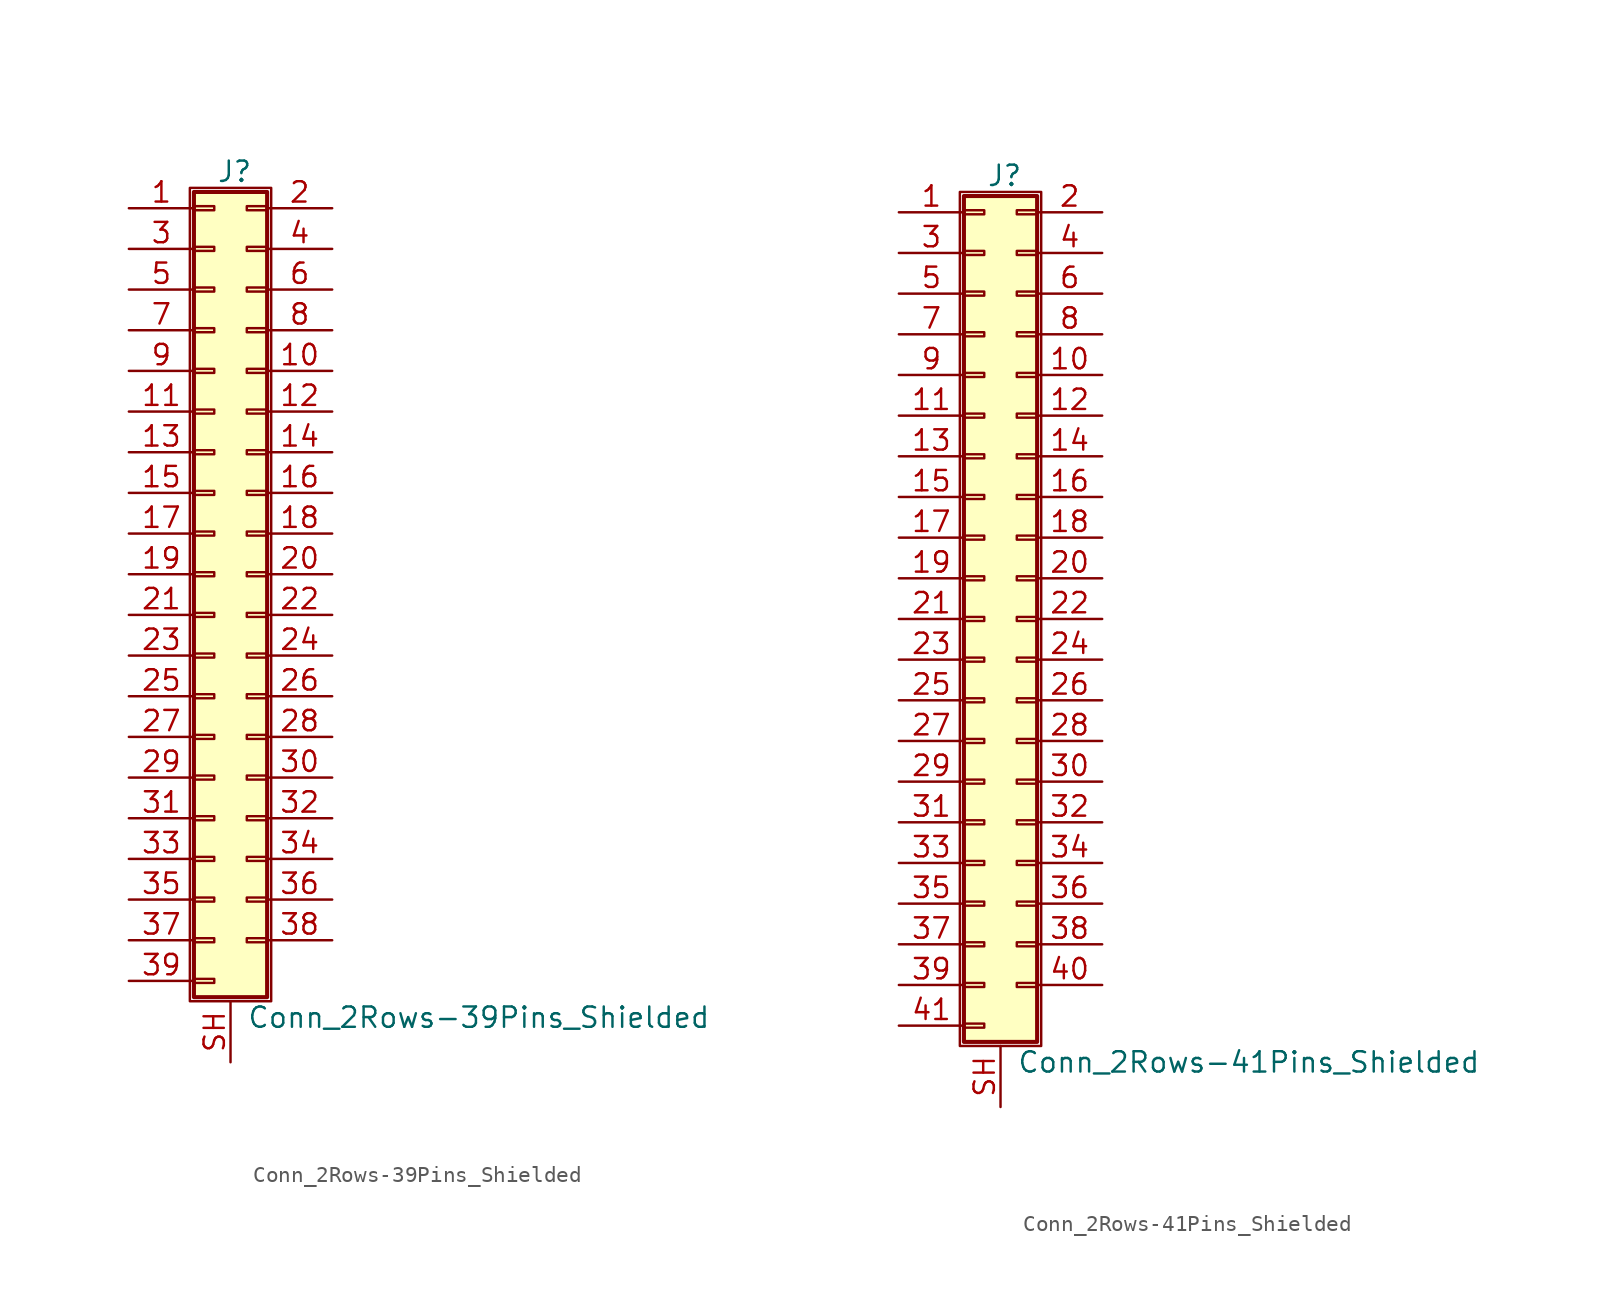
<source format=kicad_sym>
(kicad_symbol_lib
  (version 20201005)
  (generator kicad_symbol_editor)
  (symbol "Connector_Generic_Shielded:Conn_2Rows-39Pins_Shielded"
    (pin_names
      (offset 1.016) hide)
    (property "Reference" "J"
      (at 1.524 25.146 0)
      (effects (font (size 1.27 1.27))))
    (property "Value" "Conn_2Rows-39Pins_Shielded"
      (at 2.286 -27.686 0)
      (effects (font (size 1.27 1.27)) (justify left)))
    (symbol "Conn_2Rows-39Pins_Shielded_1_1"
      (rectangle (start -1.016 -4.953) (end 0.254 -5.207) (stroke (width 0.152)) (fill (type none)))
      (rectangle (start -1.016 -7.493) (end 0.254 -7.747) (stroke (width 0.152)) (fill (type none)))
      (rectangle (start -1.016 -10.033) (end 0.254 -10.287) (stroke (width 0.152)) (fill (type none)))
      (rectangle (start -1.016 -12.573) (end 0.254 -12.827) (stroke (width 0.152)) (fill (type none)))
      (rectangle (start -1.016 -15.113) (end 0.254 -15.367) (stroke (width 0.152)) (fill (type none)))
      (rectangle (start -1.016 -17.653) (end 0.254 -17.907) (stroke (width 0.152)) (fill (type none)))
      (rectangle (start -1.016 -20.193) (end 0.254 -20.447) (stroke (width 0.152)) (fill (type none)))
      (rectangle (start -1.016 -22.733) (end 0.254 -22.987) (stroke (width 0.152)) (fill (type none)))
      (rectangle (start -1.016 -2.413) (end 0.254 -2.667) (stroke (width 0.152)) (fill (type none)))
      (rectangle (start -1.016 -25.273) (end 0.254 -25.527) (stroke (width 0.152)) (fill (type none)))
      (rectangle (start -1.016 2.667) (end 0.254 2.413) (stroke (width 0.152)) (fill (type none)))
      (rectangle (start -1.016 5.207) (end 0.254 4.953) (stroke (width 0.152)) (fill (type none)))
      (rectangle (start -1.016 7.747) (end 0.254 7.493) (stroke (width 0.152)) (fill (type none)))
      (rectangle (start -1.016 10.287) (end 0.254 10.033) (stroke (width 0.152)) (fill (type none)))
      (rectangle (start -1.016 0.127) (end 0.254 -0.127) (stroke (width 0.152)) (fill (type none)))
      (rectangle (start -1.016 12.827) (end 0.254 12.573) (stroke (width 0.152)) (fill (type none)))
      (rectangle (start -1.016 15.367) (end 0.254 15.113) (stroke (width 0.152)) (fill (type none)))
      (rectangle (start -1.016 17.907) (end 0.254 17.653) (stroke (width 0.152)) (fill (type none)))
      (rectangle (start -1.016 20.447) (end 0.254 20.193) (stroke (width 0.152)) (fill (type none)))
      (rectangle (start -1.016 22.987) (end 0.254 22.733) (stroke (width 0.152)) (fill (type none)))
      (rectangle (start -1.016 23.876) (end 3.556 -26.416) (stroke (width 0.254)) (fill (type background)))
      (rectangle (start -1.27 24.13) (end 3.81 -26.67) (stroke (width 0.152)) (fill (type none)))
      (rectangle (start 3.556 -4.953) (end 2.286 -5.207) (stroke (width 0.152)) (fill (type none)))
      (rectangle (start 3.556 -7.493) (end 2.286 -7.747) (stroke (width 0.152)) (fill (type none)))
      (rectangle (start 3.556 -10.033) (end 2.286 -10.287) (stroke (width 0.152)) (fill (type none)))
      (rectangle (start 3.556 -12.573) (end 2.286 -12.827) (stroke (width 0.152)) (fill (type none)))
      (rectangle (start 3.556 -15.113) (end 2.286 -15.367) (stroke (width 0.152)) (fill (type none)))
      (rectangle (start 3.556 -17.653) (end 2.286 -17.907) (stroke (width 0.152)) (fill (type none)))
      (rectangle (start 3.556 -20.193) (end 2.286 -20.447) (stroke (width 0.152)) (fill (type none)))
      (rectangle (start 3.556 -22.733) (end 2.286 -22.987) (stroke (width 0.152)) (fill (type none)))
      (rectangle (start 3.556 -2.413) (end 2.286 -2.667) (stroke (width 0.152)) (fill (type none)))
      (rectangle (start 3.556 2.667) (end 2.286 2.413) (stroke (width 0.152)) (fill (type none)))
      (rectangle (start 3.556 5.207) (end 2.286 4.953) (stroke (width 0.152)) (fill (type none)))
      (rectangle (start 3.556 7.747) (end 2.286 7.493) (stroke (width 0.152)) (fill (type none)))
      (rectangle (start 3.556 10.287) (end 2.286 10.033) (stroke (width 0.152)) (fill (type none)))
      (rectangle (start 3.556 0.127) (end 2.286 -0.127) (stroke (width 0.152)) (fill (type none)))
      (rectangle (start 3.556 12.827) (end 2.286 12.573) (stroke (width 0.152)) (fill (type none)))
      (rectangle (start 3.556 15.367) (end 2.286 15.113) (stroke (width 0.152)) (fill (type none)))
      (rectangle (start 3.556 17.907) (end 2.286 17.653) (stroke (width 0.152)) (fill (type none)))
      (rectangle (start 3.556 20.447) (end 2.286 20.193) (stroke (width 0.152)) (fill (type none)))
      (rectangle (start 3.556 22.987) (end 2.286 22.733) (stroke (width 0.152)) (fill (type none)))
      (pin passive line (at -5.08 22.86 0) (length 4.064) (name "Pin_1" (effects (font (size 1.27 1.27)))) (number "1" (effects (font (size 1.27 1.27)))))
      (pin passive line (at 7.62 12.7 180) (length 4.064) (name "Pin_10" (effects (font (size 1.27 1.27)))) (number "10" (effects (font (size 1.27 1.27)))))
      (pin passive line (at -5.08 10.16 0) (length 4.064) (name "Pin_11" (effects (font (size 1.27 1.27)))) (number "11" (effects (font (size 1.27 1.27)))))
      (pin passive line (at 7.62 10.16 180) (length 4.064) (name "Pin_12" (effects (font (size 1.27 1.27)))) (number "12" (effects (font (size 1.27 1.27)))))
      (pin passive line (at -5.08 7.62 0) (length 4.064) (name "Pin_13" (effects (font (size 1.27 1.27)))) (number "13" (effects (font (size 1.27 1.27)))))
      (pin passive line (at 7.62 7.62 180) (length 4.064) (name "Pin_14" (effects (font (size 1.27 1.27)))) (number "14" (effects (font (size 1.27 1.27)))))
      (pin passive line (at -5.08 5.08 0) (length 4.064) (name "Pin_15" (effects (font (size 1.27 1.27)))) (number "15" (effects (font (size 1.27 1.27)))))
      (pin passive line (at 7.62 5.08 180) (length 4.064) (name "Pin_16" (effects (font (size 1.27 1.27)))) (number "16" (effects (font (size 1.27 1.27)))))
      (pin passive line (at -5.08 2.54 0) (length 4.064) (name "Pin_17" (effects (font (size 1.27 1.27)))) (number "17" (effects (font (size 1.27 1.27)))))
      (pin passive line (at 7.62 2.54 180) (length 4.064) (name "Pin_18" (effects (font (size 1.27 1.27)))) (number "18" (effects (font (size 1.27 1.27)))))
      (pin passive line (at -5.08 0 0) (length 4.064) (name "Pin_19" (effects (font (size 1.27 1.27)))) (number "19" (effects (font (size 1.27 1.27)))))
      (pin passive line (at 7.62 22.86 180) (length 4.064) (name "Pin_2" (effects (font (size 1.27 1.27)))) (number "2" (effects (font (size 1.27 1.27)))))
      (pin passive line (at 7.62 0 180) (length 4.064) (name "Pin_20" (effects (font (size 1.27 1.27)))) (number "20" (effects (font (size 1.27 1.27)))))
      (pin passive line (at -5.08 -2.54 0) (length 4.064) (name "Pin_21" (effects (font (size 1.27 1.27)))) (number "21" (effects (font (size 1.27 1.27)))))
      (pin passive line (at 7.62 -2.54 180) (length 4.064) (name "Pin_22" (effects (font (size 1.27 1.27)))) (number "22" (effects (font (size 1.27 1.27)))))
      (pin passive line (at -5.08 -5.08 0) (length 4.064) (name "Pin_23" (effects (font (size 1.27 1.27)))) (number "23" (effects (font (size 1.27 1.27)))))
      (pin passive line (at 7.62 -5.08 180) (length 4.064) (name "Pin_24" (effects (font (size 1.27 1.27)))) (number "24" (effects (font (size 1.27 1.27)))))
      (pin passive line (at -5.08 -7.62 0) (length 4.064) (name "Pin_25" (effects (font (size 1.27 1.27)))) (number "25" (effects (font (size 1.27 1.27)))))
      (pin passive line (at 7.62 -7.62 180) (length 4.064) (name "Pin_26" (effects (font (size 1.27 1.27)))) (number "26" (effects (font (size 1.27 1.27)))))
      (pin passive line (at -5.08 -10.16 0) (length 4.064) (name "Pin_27" (effects (font (size 1.27 1.27)))) (number "27" (effects (font (size 1.27 1.27)))))
      (pin passive line (at 7.62 -10.16 180) (length 4.064) (name "Pin_28" (effects (font (size 1.27 1.27)))) (number "28" (effects (font (size 1.27 1.27)))))
      (pin passive line (at -5.08 -12.7 0) (length 4.064) (name "Pin_29" (effects (font (size 1.27 1.27)))) (number "29" (effects (font (size 1.27 1.27)))))
      (pin passive line (at -5.08 20.32 0) (length 4.064) (name "Pin_3" (effects (font (size 1.27 1.27)))) (number "3" (effects (font (size 1.27 1.27)))))
      (pin passive line (at 7.62 -12.7 180) (length 4.064) (name "Pin_30" (effects (font (size 1.27 1.27)))) (number "30" (effects (font (size 1.27 1.27)))))
      (pin passive line (at -5.08 -15.24 0) (length 4.064) (name "Pin_31" (effects (font (size 1.27 1.27)))) (number "31" (effects (font (size 1.27 1.27)))))
      (pin passive line (at 7.62 -15.24 180) (length 4.064) (name "Pin_32" (effects (font (size 1.27 1.27)))) (number "32" (effects (font (size 1.27 1.27)))))
      (pin passive line (at -5.08 -17.78 0) (length 4.064) (name "Pin_33" (effects (font (size 1.27 1.27)))) (number "33" (effects (font (size 1.27 1.27)))))
      (pin passive line (at 7.62 -17.78 180) (length 4.064) (name "Pin_34" (effects (font (size 1.27 1.27)))) (number "34" (effects (font (size 1.27 1.27)))))
      (pin passive line (at -5.08 -20.32 0) (length 4.064) (name "Pin_35" (effects (font (size 1.27 1.27)))) (number "35" (effects (font (size 1.27 1.27)))))
      (pin passive line (at 7.62 -20.32 180) (length 4.064) (name "Pin_36" (effects (font (size 1.27 1.27)))) (number "36" (effects (font (size 1.27 1.27)))))
      (pin passive line (at -5.08 -22.86 0) (length 4.064) (name "Pin_37" (effects (font (size 1.27 1.27)))) (number "37" (effects (font (size 1.27 1.27)))))
      (pin passive line (at 7.62 -22.86 180) (length 4.064) (name "Pin_38" (effects (font (size 1.27 1.27)))) (number "38" (effects (font (size 1.27 1.27)))))
      (pin passive line (at -5.08 -25.4 0) (length 4.064) (name "Pin_39" (effects (font (size 1.27 1.27)))) (number "39" (effects (font (size 1.27 1.27)))))
      (pin passive line (at 7.62 20.32 180) (length 4.064) (name "Pin_4" (effects (font (size 1.27 1.27)))) (number "4" (effects (font (size 1.27 1.27)))))
      (pin passive line (at -5.08 17.78 0) (length 4.064) (name "Pin_5" (effects (font (size 1.27 1.27)))) (number "5" (effects (font (size 1.27 1.27)))))
      (pin passive line (at 7.62 17.78 180) (length 4.064) (name "Pin_6" (effects (font (size 1.27 1.27)))) (number "6" (effects (font (size 1.27 1.27)))))
      (pin passive line (at -5.08 15.24 0) (length 4.064) (name "Pin_7" (effects (font (size 1.27 1.27)))) (number "7" (effects (font (size 1.27 1.27)))))
      (pin passive line (at 7.62 15.24 180) (length 4.064) (name "Pin_8" (effects (font (size 1.27 1.27)))) (number "8" (effects (font (size 1.27 1.27)))))
      (pin passive line (at -5.08 12.7 0) (length 4.064) (name "Pin_9" (effects (font (size 1.27 1.27)))) (number "9" (effects (font (size 1.27 1.27)))))
      (pin passive line (at 1.27 -30.48 90) (length 3.81) (name "Shield" (effects (font (size 1.27 1.27)))) (number "SH" (effects (font (size 1.27 1.27)))))))
  (symbol "Connector_Generic_Shielded:Conn_2Rows-41Pins_Shielded"
    (pin_names
      (offset 1.016) hide)
    (property "Reference" "J"
      (at 1.524 27.686 0)
      (effects (font (size 1.27 1.27))))
    (property "Value" "Conn_2Rows-41Pins_Shielded"
      (at 2.286 -27.686 0)
      (effects (font (size 1.27 1.27)) (justify left)))
    (symbol "Conn_2Rows-41Pins_Shielded_1_1"
      (rectangle (start -1.016 -4.953) (end 0.254 -5.207) (stroke (width 0.152)) (fill (type none)))
      (rectangle (start -1.016 -7.493) (end 0.254 -7.747) (stroke (width 0.152)) (fill (type none)))
      (rectangle (start -1.016 -10.033) (end 0.254 -10.287) (stroke (width 0.152)) (fill (type none)))
      (rectangle (start -1.016 -12.573) (end 0.254 -12.827) (stroke (width 0.152)) (fill (type none)))
      (rectangle (start -1.016 -15.113) (end 0.254 -15.367) (stroke (width 0.152)) (fill (type none)))
      (rectangle (start -1.016 -17.653) (end 0.254 -17.907) (stroke (width 0.152)) (fill (type none)))
      (rectangle (start -1.016 -20.193) (end 0.254 -20.447) (stroke (width 0.152)) (fill (type none)))
      (rectangle (start -1.016 -22.733) (end 0.254 -22.987) (stroke (width 0.152)) (fill (type none)))
      (rectangle (start -1.016 -2.413) (end 0.254 -2.667) (stroke (width 0.152)) (fill (type none)))
      (rectangle (start -1.016 -25.273) (end 0.254 -25.527) (stroke (width 0.152)) (fill (type none)))
      (rectangle (start -1.016 25.527) (end 0.254 25.273) (stroke (width 0.152)) (fill (type none)))
      (rectangle (start -1.016 26.416) (end 3.556 -26.416) (stroke (width 0.254)) (fill (type background)))
      (rectangle (start -1.016 2.667) (end 0.254 2.413) (stroke (width 0.152)) (fill (type none)))
      (rectangle (start -1.016 5.207) (end 0.254 4.953) (stroke (width 0.152)) (fill (type none)))
      (rectangle (start -1.016 7.747) (end 0.254 7.493) (stroke (width 0.152)) (fill (type none)))
      (rectangle (start -1.016 10.287) (end 0.254 10.033) (stroke (width 0.152)) (fill (type none)))
      (rectangle (start -1.016 0.127) (end 0.254 -0.127) (stroke (width 0.152)) (fill (type none)))
      (rectangle (start -1.016 12.827) (end 0.254 12.573) (stroke (width 0.152)) (fill (type none)))
      (rectangle (start -1.016 15.367) (end 0.254 15.113) (stroke (width 0.152)) (fill (type none)))
      (rectangle (start -1.016 17.907) (end 0.254 17.653) (stroke (width 0.152)) (fill (type none)))
      (rectangle (start -1.016 20.447) (end 0.254 20.193) (stroke (width 0.152)) (fill (type none)))
      (rectangle (start -1.016 22.987) (end 0.254 22.733) (stroke (width 0.152)) (fill (type none)))
      (rectangle (start -1.27 26.67) (end 3.81 -26.67) (stroke (width 0.152)) (fill (type none)))
      (rectangle (start 3.556 -4.953) (end 2.286 -5.207) (stroke (width 0.152)) (fill (type none)))
      (rectangle (start 3.556 -7.493) (end 2.286 -7.747) (stroke (width 0.152)) (fill (type none)))
      (rectangle (start 3.556 -10.033) (end 2.286 -10.287) (stroke (width 0.152)) (fill (type none)))
      (rectangle (start 3.556 -12.573) (end 2.286 -12.827) (stroke (width 0.152)) (fill (type none)))
      (rectangle (start 3.556 -15.113) (end 2.286 -15.367) (stroke (width 0.152)) (fill (type none)))
      (rectangle (start 3.556 -17.653) (end 2.286 -17.907) (stroke (width 0.152)) (fill (type none)))
      (rectangle (start 3.556 -20.193) (end 2.286 -20.447) (stroke (width 0.152)) (fill (type none)))
      (rectangle (start 3.556 -22.733) (end 2.286 -22.987) (stroke (width 0.152)) (fill (type none)))
      (rectangle (start 3.556 -2.413) (end 2.286 -2.667) (stroke (width 0.152)) (fill (type none)))
      (rectangle (start 3.556 25.527) (end 2.286 25.273) (stroke (width 0.152)) (fill (type none)))
      (rectangle (start 3.556 2.667) (end 2.286 2.413) (stroke (width 0.152)) (fill (type none)))
      (rectangle (start 3.556 5.207) (end 2.286 4.953) (stroke (width 0.152)) (fill (type none)))
      (rectangle (start 3.556 7.747) (end 2.286 7.493) (stroke (width 0.152)) (fill (type none)))
      (rectangle (start 3.556 10.287) (end 2.286 10.033) (stroke (width 0.152)) (fill (type none)))
      (rectangle (start 3.556 0.127) (end 2.286 -0.127) (stroke (width 0.152)) (fill (type none)))
      (rectangle (start 3.556 12.827) (end 2.286 12.573) (stroke (width 0.152)) (fill (type none)))
      (rectangle (start 3.556 15.367) (end 2.286 15.113) (stroke (width 0.152)) (fill (type none)))
      (rectangle (start 3.556 17.907) (end 2.286 17.653) (stroke (width 0.152)) (fill (type none)))
      (rectangle (start 3.556 20.447) (end 2.286 20.193) (stroke (width 0.152)) (fill (type none)))
      (rectangle (start 3.556 22.987) (end 2.286 22.733) (stroke (width 0.152)) (fill (type none)))
      (pin passive line (at -5.08 25.4 0) (length 4.064) (name "Pin_1" (effects (font (size 1.27 1.27)))) (number "1" (effects (font (size 1.27 1.27)))))
      (pin passive line (at 7.62 15.24 180) (length 4.064) (name "Pin_10" (effects (font (size 1.27 1.27)))) (number "10" (effects (font (size 1.27 1.27)))))
      (pin passive line (at -5.08 12.7 0) (length 4.064) (name "Pin_11" (effects (font (size 1.27 1.27)))) (number "11" (effects (font (size 1.27 1.27)))))
      (pin passive line (at 7.62 12.7 180) (length 4.064) (name "Pin_12" (effects (font (size 1.27 1.27)))) (number "12" (effects (font (size 1.27 1.27)))))
      (pin passive line (at -5.08 10.16 0) (length 4.064) (name "Pin_13" (effects (font (size 1.27 1.27)))) (number "13" (effects (font (size 1.27 1.27)))))
      (pin passive line (at 7.62 10.16 180) (length 4.064) (name "Pin_14" (effects (font (size 1.27 1.27)))) (number "14" (effects (font (size 1.27 1.27)))))
      (pin passive line (at -5.08 7.62 0) (length 4.064) (name "Pin_15" (effects (font (size 1.27 1.27)))) (number "15" (effects (font (size 1.27 1.27)))))
      (pin passive line (at 7.62 7.62 180) (length 4.064) (name "Pin_16" (effects (font (size 1.27 1.27)))) (number "16" (effects (font (size 1.27 1.27)))))
      (pin passive line (at -5.08 5.08 0) (length 4.064) (name "Pin_17" (effects (font (size 1.27 1.27)))) (number "17" (effects (font (size 1.27 1.27)))))
      (pin passive line (at 7.62 5.08 180) (length 4.064) (name "Pin_18" (effects (font (size 1.27 1.27)))) (number "18" (effects (font (size 1.27 1.27)))))
      (pin passive line (at -5.08 2.54 0) (length 4.064) (name "Pin_19" (effects (font (size 1.27 1.27)))) (number "19" (effects (font (size 1.27 1.27)))))
      (pin passive line (at 7.62 25.4 180) (length 4.064) (name "Pin_2" (effects (font (size 1.27 1.27)))) (number "2" (effects (font (size 1.27 1.27)))))
      (pin passive line (at 7.62 2.54 180) (length 4.064) (name "Pin_20" (effects (font (size 1.27 1.27)))) (number "20" (effects (font (size 1.27 1.27)))))
      (pin passive line (at -5.08 0 0) (length 4.064) (name "Pin_21" (effects (font (size 1.27 1.27)))) (number "21" (effects (font (size 1.27 1.27)))))
      (pin passive line (at 7.62 0 180) (length 4.064) (name "Pin_22" (effects (font (size 1.27 1.27)))) (number "22" (effects (font (size 1.27 1.27)))))
      (pin passive line (at -5.08 -2.54 0) (length 4.064) (name "Pin_23" (effects (font (size 1.27 1.27)))) (number "23" (effects (font (size 1.27 1.27)))))
      (pin passive line (at 7.62 -2.54 180) (length 4.064) (name "Pin_24" (effects (font (size 1.27 1.27)))) (number "24" (effects (font (size 1.27 1.27)))))
      (pin passive line (at -5.08 -5.08 0) (length 4.064) (name "Pin_25" (effects (font (size 1.27 1.27)))) (number "25" (effects (font (size 1.27 1.27)))))
      (pin passive line (at 7.62 -5.08 180) (length 4.064) (name "Pin_26" (effects (font (size 1.27 1.27)))) (number "26" (effects (font (size 1.27 1.27)))))
      (pin passive line (at -5.08 -7.62 0) (length 4.064) (name "Pin_27" (effects (font (size 1.27 1.27)))) (number "27" (effects (font (size 1.27 1.27)))))
      (pin passive line (at 7.62 -7.62 180) (length 4.064) (name "Pin_28" (effects (font (size 1.27 1.27)))) (number "28" (effects (font (size 1.27 1.27)))))
      (pin passive line (at -5.08 -10.16 0) (length 4.064) (name "Pin_29" (effects (font (size 1.27 1.27)))) (number "29" (effects (font (size 1.27 1.27)))))
      (pin passive line (at -5.08 22.86 0) (length 4.064) (name "Pin_3" (effects (font (size 1.27 1.27)))) (number "3" (effects (font (size 1.27 1.27)))))
      (pin passive line (at 7.62 -10.16 180) (length 4.064) (name "Pin_30" (effects (font (size 1.27 1.27)))) (number "30" (effects (font (size 1.27 1.27)))))
      (pin passive line (at -5.08 -12.7 0) (length 4.064) (name "Pin_31" (effects (font (size 1.27 1.27)))) (number "31" (effects (font (size 1.27 1.27)))))
      (pin passive line (at 7.62 -12.7 180) (length 4.064) (name "Pin_32" (effects (font (size 1.27 1.27)))) (number "32" (effects (font (size 1.27 1.27)))))
      (pin passive line (at -5.08 -15.24 0) (length 4.064) (name "Pin_33" (effects (font (size 1.27 1.27)))) (number "33" (effects (font (size 1.27 1.27)))))
      (pin passive line (at 7.62 -15.24 180) (length 4.064) (name "Pin_34" (effects (font (size 1.27 1.27)))) (number "34" (effects (font (size 1.27 1.27)))))
      (pin passive line (at -5.08 -17.78 0) (length 4.064) (name "Pin_35" (effects (font (size 1.27 1.27)))) (number "35" (effects (font (size 1.27 1.27)))))
      (pin passive line (at 7.62 -17.78 180) (length 4.064) (name "Pin_36" (effects (font (size 1.27 1.27)))) (number "36" (effects (font (size 1.27 1.27)))))
      (pin passive line (at -5.08 -20.32 0) (length 4.064) (name "Pin_37" (effects (font (size 1.27 1.27)))) (number "37" (effects (font (size 1.27 1.27)))))
      (pin passive line (at 7.62 -20.32 180) (length 4.064) (name "Pin_38" (effects (font (size 1.27 1.27)))) (number "38" (effects (font (size 1.27 1.27)))))
      (pin passive line (at -5.08 -22.86 0) (length 4.064) (name "Pin_39" (effects (font (size 1.27 1.27)))) (number "39" (effects (font (size 1.27 1.27)))))
      (pin passive line (at 7.62 22.86 180) (length 4.064) (name "Pin_4" (effects (font (size 1.27 1.27)))) (number "4" (effects (font (size 1.27 1.27)))))
      (pin passive line (at 7.62 -22.86 180) (length 4.064) (name "Pin_40" (effects (font (size 1.27 1.27)))) (number "40" (effects (font (size 1.27 1.27)))))
      (pin passive line (at -5.08 -25.4 0) (length 4.064) (name "Pin_41" (effects (font (size 1.27 1.27)))) (number "41" (effects (font (size 1.27 1.27)))))
      (pin passive line (at -5.08 20.32 0) (length 4.064) (name "Pin_5" (effects (font (size 1.27 1.27)))) (number "5" (effects (font (size 1.27 1.27)))))
      (pin passive line (at 7.62 20.32 180) (length 4.064) (name "Pin_6" (effects (font (size 1.27 1.27)))) (number "6" (effects (font (size 1.27 1.27)))))
      (pin passive line (at -5.08 17.78 0) (length 4.064) (name "Pin_7" (effects (font (size 1.27 1.27)))) (number "7" (effects (font (size 1.27 1.27)))))
      (pin passive line (at 7.62 17.78 180) (length 4.064) (name "Pin_8" (effects (font (size 1.27 1.27)))) (number "8" (effects (font (size 1.27 1.27)))))
      (pin passive line (at -5.08 15.24 0) (length 4.064) (name "Pin_9" (effects (font (size 1.27 1.27)))) (number "9" (effects (font (size 1.27 1.27)))))
      (pin passive line (at 1.27 -30.48 90) (length 3.81) (name "Shield" (effects (font (size 1.27 1.27)))) (number "SH" (effects (font (size 1.27 1.27))))))))
</source>
